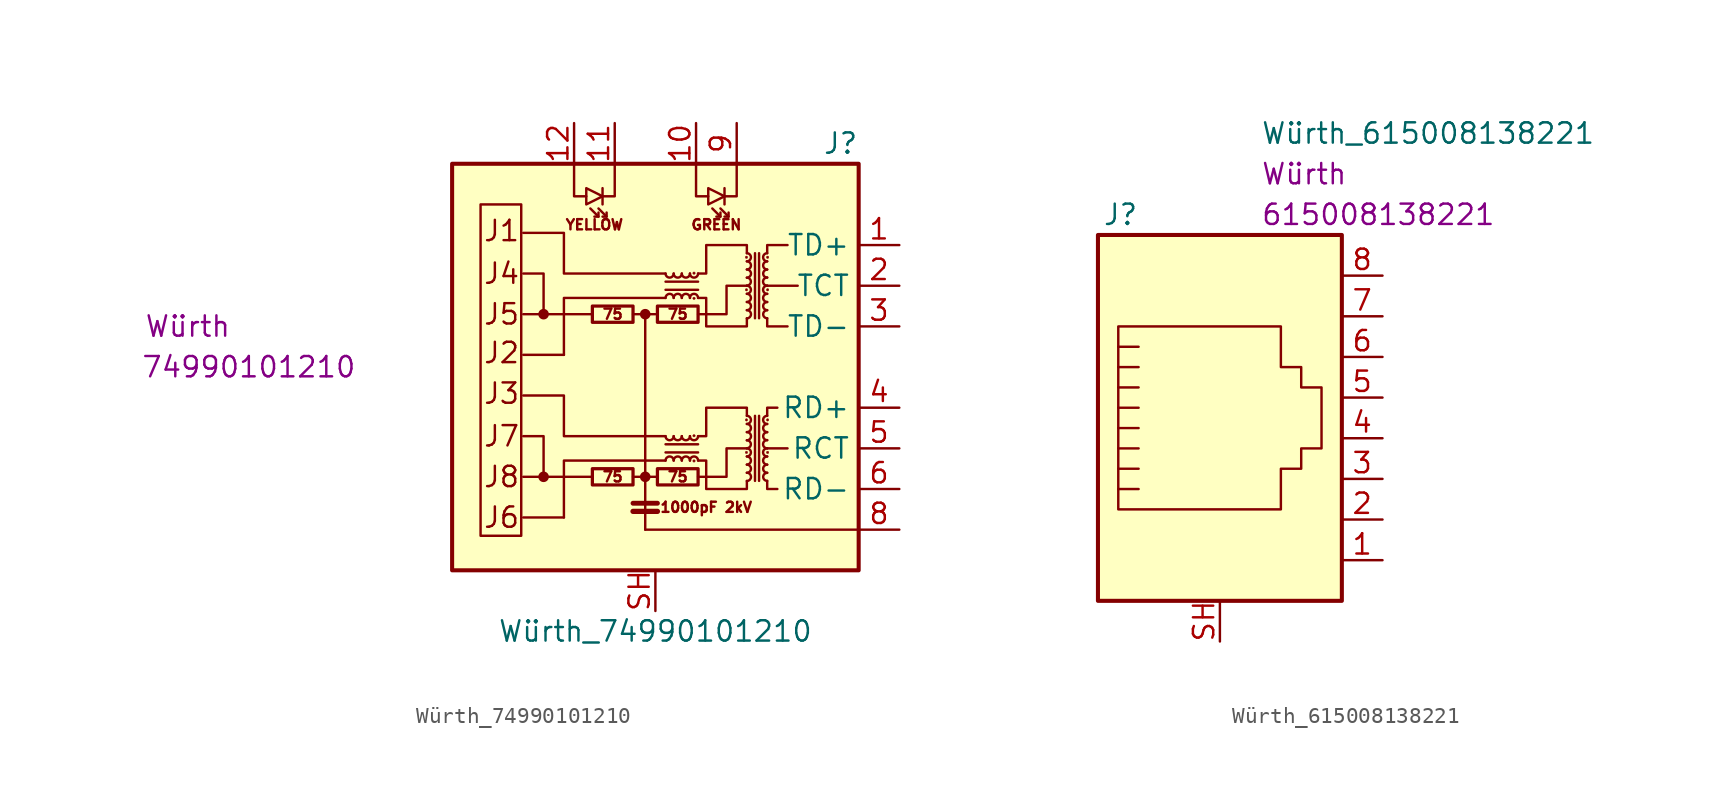
<source format=kicad_sym>
(kicad_symbol_lib
  (version 20210619)
  (generator kicad_symbol_editor)
  (symbol "Würth_74990101210"
    (property "Reference" "J"
      (at 12.7 13.97 0)
      (effects (font (size 1.27 1.27)) (justify right)))
    (property "Value" "Würth_74990101210"
      (at 0 -16.51 0)
      (effects (font (size 1.27 1.27))))
    (property "Manufacturer" "Würth"
      (at -29.21 2.54 0)
      (effects (font (size 1.27 1.27))))
    (property "Manufacturer Part Number" "74990101210"
      (at -25.4 0 0)
      (effects (font (size 1.27 1.27))))
    (symbol "Würth_74990101210_0_0"
      (text "1000pF 2kV" (at 3.175 -8.763 0) (effects (font (size 0.635 0.635))))
      (text "75" (at -2.667 -6.858 0) (effects (font (size 0.635 0.635))))
      (text "75" (at -2.667 3.302 0) (effects (font (size 0.635 0.635))))
      (text "75" (at 1.397 -6.858 0) (effects (font (size 0.635 0.635))))
      (text "75" (at 1.397 3.302 0) (effects (font (size 0.635 0.635))))
      (text "GREEN" (at 3.81 8.89 0) (effects (font (size 0.635 0.635))))
      (text "J1" (at -10.795 8.509 0) (effects (font (size 1.27 1.27)) (justify left)))
      (text "J2" (at -10.795 0.889 0) (effects (font (size 1.27 1.27)) (justify left)))
      (text "J3" (at -10.795 -1.651 0) (effects (font (size 1.27 1.27)) (justify left)))
      (text "J4" (at -10.795 5.842 0) (effects (font (size 1.27 1.27)) (justify left)))
      (text "J5" (at -10.795 3.302 0) (effects (font (size 1.27 1.27)) (justify left)))
      (text "J6" (at -10.795 -9.398 0) (effects (font (size 1.27 1.27)) (justify left)))
      (text "J7" (at -10.795 -4.318 0) (effects (font (size 1.27 1.27)) (justify left)))
      (text "J8" (at -10.795 -6.858 0) (effects (font (size 1.27 1.27)) (justify left)))
      (text "YELLOW" (at -3.81 8.89 0) (effects (font (size 0.635 0.635))))
      (rectangle (start -12.7 12.7) (end 12.7 -12.7) (stroke (width 0.254)) (fill (type background)))
      (polyline (pts (xy -3.937 -6.858) (xy -8.255 -6.858)) (stroke (width 0)) (fill (type none)))
      (polyline (pts (xy -3.937 3.302) (xy -8.255 3.302)) (stroke (width 0)) (fill (type none)))
      (polyline (pts (xy -0.635 -10.16) (xy 12.7 -10.16)) (stroke (width 0)) (fill (type none)))
      (polyline (pts (xy 8.255 -5.08) (xy 6.985 -5.08)) (stroke (width 0)) (fill (type none)))
      (polyline (pts (xy 8.89 5.08) (xy 6.985 5.08)) (stroke (width 0)) (fill (type none)))
      (polyline (pts (xy 0.635 -4.318) (xy -5.715 -4.318) (xy -5.715 -1.778) (xy -8.255 -1.778)) (stroke (width 0)) (fill (type none)))
      (polyline (pts (xy 0.635 5.842) (xy -5.715 5.842) (xy -5.715 8.382) (xy -8.255 8.382)) (stroke (width 0)) (fill (type none)))
      (polyline (pts (xy 2.667 -6.858) (xy 4.445 -6.858) (xy 4.445 -5.08) (xy 5.715 -5.08)) (stroke (width 0)) (fill (type none)))
      (polyline (pts (xy 2.667 3.302) (xy 4.445 3.302) (xy 4.445 5.08) (xy 5.715 5.08)) (stroke (width 0)) (fill (type none))))
    (symbol "Würth_74990101210_0_1"
      (arc (start 1.143 -5.842) (end 0.635 -5.842) (radius (at 0.889 -5.842) (length 0.254) (angles 0.1 179.9)) (stroke (width 0)) (fill (type none)))
      (arc (start 0.635 -4.318) (end 1.143 -4.318) (radius (at 0.889 -4.318) (length 0.254) (angles -179.9 -0.1)) (stroke (width 0)) (fill (type none)))
      (arc (start 1.143 4.318) (end 0.635 4.318) (radius (at 0.889 4.318) (length 0.254) (angles 0.1 179.9)) (stroke (width 0)) (fill (type none)))
      (arc (start 0.635 5.842) (end 1.143 5.842) (radius (at 0.889 5.842) (length 0.254) (angles -179.9 -0.1)) (stroke (width 0)) (fill (type none)))
      (arc (start 1.651 -5.842) (end 1.143 -5.842) (radius (at 1.397 -5.842) (length 0.254) (angles 0.1 179.9)) (stroke (width 0)) (fill (type none)))
      (arc (start 1.143 -4.318) (end 1.651 -4.318) (radius (at 1.397 -4.318) (length 0.254) (angles -179.9 -0.1)) (stroke (width 0)) (fill (type none)))
      (arc (start 1.651 4.318) (end 1.143 4.318) (radius (at 1.397 4.318) (length 0.254) (angles 0.1 179.9)) (stroke (width 0)) (fill (type none)))
      (arc (start 1.143 5.842) (end 1.651 5.842) (radius (at 1.397 5.842) (length 0.254) (angles -179.9 -0.1)) (stroke (width 0)) (fill (type none)))
      (arc (start 2.159 -5.842) (end 1.651 -5.842) (radius (at 1.905 -5.842) (length 0.254) (angles 0.1 179.9)) (stroke (width 0)) (fill (type none)))
      (arc (start 1.651 -4.318) (end 2.159 -4.318) (radius (at 1.905 -4.318) (length 0.254) (angles -179.9 -0.1)) (stroke (width 0)) (fill (type none)))
      (arc (start 2.159 4.318) (end 1.651 4.318) (radius (at 1.905 4.318) (length 0.254) (angles 0.1 179.9)) (stroke (width 0)) (fill (type none)))
      (arc (start 1.651 5.842) (end 2.159 5.842) (radius (at 1.905 5.842) (length 0.254) (angles -179.9 -0.1)) (stroke (width 0)) (fill (type none)))
      (arc (start 2.667 -5.842) (end 2.159 -5.842) (radius (at 2.413 -5.842) (length 0.254) (angles 0.1 179.9)) (stroke (width 0)) (fill (type none)))
      (arc (start 2.159 -4.318) (end 2.667 -4.318) (radius (at 2.413 -4.318) (length 0.254) (angles -179.9 -0.1)) (stroke (width 0)) (fill (type none)))
      (arc (start 2.667 4.318) (end 2.159 4.318) (radius (at 2.413 4.318) (length 0.254) (angles 0.1 179.9)) (stroke (width 0)) (fill (type none)))
      (arc (start 2.159 5.842) (end 2.667 5.842) (radius (at 2.413 5.842) (length 0.254) (angles -179.9 -0.1)) (stroke (width 0)) (fill (type none)))
      (arc (start 5.715 -7.112) (end 5.715 -6.604) (radius (at 5.715 -6.858) (length 0.254) (angles -89.9 89.9)) (stroke (width 0)) (fill (type none)))
      (arc (start 5.715 -6.604) (end 5.715 -6.096) (radius (at 5.715 -6.35) (length 0.254) (angles -89.9 89.9)) (stroke (width 0)) (fill (type none)))
      (arc (start 5.715 -6.096) (end 5.715 -5.588) (radius (at 5.715 -5.842) (length 0.254) (angles -89.9 89.9)) (stroke (width 0)) (fill (type none)))
      (arc (start 5.715 -5.588) (end 5.715 -5.08) (radius (at 5.715 -5.334) (length 0.254) (angles -89.9 89.9)) (stroke (width 0)) (fill (type none)))
      (arc (start 5.715 -5.08) (end 5.715 -4.572) (radius (at 5.715 -4.826) (length 0.254) (angles -89.9 89.9)) (stroke (width 0)) (fill (type none)))
      (arc (start 5.715 -4.572) (end 5.715 -4.064) (radius (at 5.715 -4.318) (length 0.254) (angles -89.9 89.9)) (stroke (width 0)) (fill (type none)))
      (arc (start 5.715 -4.064) (end 5.715 -3.556) (radius (at 5.715 -3.81) (length 0.254) (angles -89.9 89.9)) (stroke (width 0)) (fill (type none)))
      (arc (start 5.715 -3.556) (end 5.715 -3.048) (radius (at 5.715 -3.302) (length 0.254) (angles -89.9 89.9)) (stroke (width 0)) (fill (type none)))
      (arc (start 5.715 3.048) (end 5.715 3.556) (radius (at 5.715 3.302) (length 0.254) (angles -89.9 89.9)) (stroke (width 0)) (fill (type none)))
      (arc (start 5.715 3.556) (end 5.715 4.064) (radius (at 5.715 3.81) (length 0.254) (angles -89.9 89.9)) (stroke (width 0)) (fill (type none)))
      (arc (start 5.715 4.064) (end 5.715 4.572) (radius (at 5.715 4.318) (length 0.254) (angles -89.9 89.9)) (stroke (width 0)) (fill (type none)))
      (arc (start 5.715 4.572) (end 5.715 5.08) (radius (at 5.715 4.826) (length 0.254) (angles -89.9 89.9)) (stroke (width 0)) (fill (type none)))
      (arc (start 5.715 5.08) (end 5.715 5.588) (radius (at 5.715 5.334) (length 0.254) (angles -89.9 89.9)) (stroke (width 0)) (fill (type none)))
      (arc (start 5.715 5.588) (end 5.715 6.096) (radius (at 5.715 5.842) (length 0.254) (angles -89.9 89.9)) (stroke (width 0)) (fill (type none)))
      (arc (start 5.715 6.096) (end 5.715 6.604) (radius (at 5.715 6.35) (length 0.254) (angles -89.9 89.9)) (stroke (width 0)) (fill (type none)))
      (arc (start 5.715 6.604) (end 5.715 7.112) (radius (at 5.715 6.858) (length 0.254) (angles -89.9 89.9)) (stroke (width 0)) (fill (type none)))
      (arc (start 6.985 -6.604) (end 6.985 -7.112) (radius (at 6.985 -6.858) (length 0.254) (angles 90.1 -90.1)) (stroke (width 0)) (fill (type none)))
      (arc (start 6.985 -6.096) (end 6.985 -6.604) (radius (at 6.985 -6.35) (length 0.254) (angles 90.1 -90.1)) (stroke (width 0)) (fill (type none)))
      (arc (start 6.985 -5.588) (end 6.985 -6.096) (radius (at 6.985 -5.842) (length 0.254) (angles 90.1 -90.1)) (stroke (width 0)) (fill (type none)))
      (arc (start 6.985 -5.08) (end 6.985 -5.588) (radius (at 6.985 -5.334) (length 0.254) (angles 90.1 -90.1)) (stroke (width 0)) (fill (type none)))
      (arc (start 6.985 -4.572) (end 6.985 -5.08) (radius (at 6.985 -4.826) (length 0.254) (angles 90.1 -90.1)) (stroke (width 0)) (fill (type none)))
      (arc (start 6.985 -4.064) (end 6.985 -4.572) (radius (at 6.985 -4.318) (length 0.254) (angles 90.1 -90.1)) (stroke (width 0)) (fill (type none)))
      (arc (start 6.985 -3.556) (end 6.985 -4.064) (radius (at 6.985 -3.81) (length 0.254) (angles 90.1 -90.1)) (stroke (width 0)) (fill (type none)))
      (arc (start 6.985 -3.048) (end 6.985 -3.556) (radius (at 6.985 -3.302) (length 0.254) (angles 90.1 -90.1)) (stroke (width 0)) (fill (type none)))
      (arc (start 6.985 3.556) (end 6.985 3.048) (radius (at 6.985 3.302) (length 0.254) (angles 90.1 -90.1)) (stroke (width 0)) (fill (type none)))
      (arc (start 6.985 4.064) (end 6.985 3.556) (radius (at 6.985 3.81) (length 0.254) (angles 90.1 -90.1)) (stroke (width 0)) (fill (type none)))
      (arc (start 6.985 4.572) (end 6.985 4.064) (radius (at 6.985 4.318) (length 0.254) (angles 90.1 -90.1)) (stroke (width 0)) (fill (type none)))
      (arc (start 6.985 5.08) (end 6.985 4.572) (radius (at 6.985 4.826) (length 0.254) (angles 90.1 -90.1)) (stroke (width 0)) (fill (type none)))
      (arc (start 6.985 5.588) (end 6.985 5.08) (radius (at 6.985 5.334) (length 0.254) (angles 90.1 -90.1)) (stroke (width 0)) (fill (type none)))
      (arc (start 6.985 6.096) (end 6.985 5.588) (radius (at 6.985 5.842) (length 0.254) (angles 90.1 -90.1)) (stroke (width 0)) (fill (type none)))
      (arc (start 6.985 6.604) (end 6.985 6.096) (radius (at 6.985 6.35) (length 0.254) (angles 90.1 -90.1)) (stroke (width 0)) (fill (type none)))
      (arc (start 6.985 7.112) (end 6.985 6.604) (radius (at 6.985 6.858) (length 0.254) (angles 90.1 -90.1)) (stroke (width 0)) (fill (type none)))
      (circle (center -6.985 -6.858) (radius 0.254) (stroke (width 0)) (fill (type outline)))
      (circle (center -6.985 3.302) (radius 0.254) (stroke (width 0)) (fill (type outline)))
      (circle (center -0.635 -6.858) (radius 0.254) (stroke (width 0)) (fill (type outline)))
      (circle (center -0.635 3.302) (radius 0.254) (stroke (width 0)) (fill (type outline)))
      (circle (center 2.413 -5.867) (radius 0.076) (stroke (width 0.025)) (fill (type outline)))
      (circle (center 2.413 -4.293) (radius 0.076) (stroke (width 0.025)) (fill (type outline)))
      (circle (center 2.413 4.293) (radius 0.076) (stroke (width 0.025)) (fill (type outline)))
      (circle (center 2.413 5.867) (radius 0.076) (stroke (width 0.025)) (fill (type outline)))
      (circle (center 5.69 -5.334) (radius 0.076) (stroke (width 0.025)) (fill (type outline)))
      (circle (center 5.69 -3.302) (radius 0.076) (stroke (width 0.025)) (fill (type outline)))
      (circle (center 5.69 4.826) (radius 0.076) (stroke (width 0.025)) (fill (type outline)))
      (circle (center 5.69 6.858) (radius 0.076) (stroke (width 0.025)) (fill (type outline)))
      (circle (center 7.01 -5.334) (radius 0.076) (stroke (width 0.025)) (fill (type outline)))
      (circle (center 7.01 -3.302) (radius 0.076) (stroke (width 0.025)) (fill (type outline)))
      (circle (center 7.01 4.826) (radius 0.076) (stroke (width 0.025)) (fill (type outline)))
      (circle (center 7.01 6.858) (radius 0.076) (stroke (width 0.025)) (fill (type outline)))
      (rectangle (start -8.382 -10.541) (end -10.922 10.16) (stroke (width 0)) (fill (type none)))
      (rectangle (start -3.937 -7.366) (end -1.397 -6.35) (stroke (width 0.203)) (fill (type none)))
      (rectangle (start -3.937 2.794) (end -1.397 3.81) (stroke (width 0.203)) (fill (type none)))
      (rectangle (start 0.127 -7.366) (end 2.667 -6.35) (stroke (width 0.203)) (fill (type none)))
      (rectangle (start 0.127 2.794) (end 2.667 3.81) (stroke (width 0.203)) (fill (type none)))
      (polyline (pts (xy -5.715 -9.398) (xy -8.255 -9.398)) (stroke (width 0)) (fill (type none)))
      (polyline (pts (xy -5.715 0.762) (xy -8.255 0.762)) (stroke (width 0)) (fill (type none)))
      (polyline (pts (xy -3.556 9.398) (xy -4.064 9.906)) (stroke (width 0)) (fill (type none)))
      (polyline (pts (xy -3.302 11.176) (xy -3.302 10.16)) (stroke (width 0)) (fill (type none)))
      (polyline (pts (xy -3.048 9.398) (xy -3.556 9.906)) (stroke (width 0)) (fill (type none)))
      (polyline (pts (xy -1.397 -9.017) (xy 0.127 -9.017)) (stroke (width 0.33)) (fill (type none)))
      (polyline (pts (xy -1.397 -8.509) (xy 0.127 -8.509)) (stroke (width 0.305)) (fill (type none)))
      (polyline (pts (xy -0.635 3.302) (xy -1.397 3.302)) (stroke (width 0)) (fill (type none)))
      (polyline (pts (xy 0.127 -6.858) (xy -1.397 -6.858)) (stroke (width 0)) (fill (type none)))
      (polyline (pts (xy 0.635 -5.334) (xy 2.667 -5.334)) (stroke (width 0)) (fill (type none)))
      (polyline (pts (xy 0.635 4.826) (xy 2.667 4.826)) (stroke (width 0)) (fill (type none)))
      (polyline (pts (xy 2.667 -4.826) (xy 0.635 -4.826)) (stroke (width 0)) (fill (type none)))
      (polyline (pts (xy 2.667 5.334) (xy 0.635 5.334)) (stroke (width 0)) (fill (type none)))
      (polyline (pts (xy 4.064 9.398) (xy 3.556 9.906)) (stroke (width 0)) (fill (type none)))
      (polyline (pts (xy 4.318 11.176) (xy 4.318 10.16)) (stroke (width 0)) (fill (type none)))
      (polyline (pts (xy 4.572 9.398) (xy 4.064 9.906)) (stroke (width 0)) (fill (type none)))
      (polyline (pts (xy 6.223 -3.048) (xy 6.223 -7.112)) (stroke (width 0)) (fill (type none)))
      (polyline (pts (xy 6.223 7.112) (xy 6.223 3.048)) (stroke (width 0)) (fill (type none)))
      (polyline (pts (xy 6.477 -7.112) (xy 6.477 -3.048)) (stroke (width 0)) (fill (type none)))
      (polyline (pts (xy 6.477 3.048) (xy 6.477 7.112)) (stroke (width 0)) (fill (type none)))
      (polyline (pts (xy -6.985 -6.858) (xy -6.985 -4.318) (xy -8.255 -4.318)) (stroke (width 0)) (fill (type none)))
      (polyline (pts (xy -6.985 3.302) (xy -6.985 5.842) (xy -8.255 5.842)) (stroke (width 0)) (fill (type none)))
      (polyline (pts (xy -5.08 12.7) (xy -5.08 10.668) (xy -4.318 10.668)) (stroke (width 0)) (fill (type none)))
      (polyline (pts (xy -3.556 9.652) (xy -3.556 9.398) (xy -3.81 9.398)) (stroke (width 0)) (fill (type none)))
      (polyline (pts (xy -3.048 9.652) (xy -3.048 9.398) (xy -3.302 9.398)) (stroke (width 0)) (fill (type none)))
      (polyline (pts (xy -2.54 12.7) (xy -2.54 10.668) (xy -3.302 10.668)) (stroke (width 0)) (fill (type none)))
      (polyline (pts (xy -0.635 -10.16) (xy -0.635 3.302) (xy 0 3.302)) (stroke (width 0)) (fill (type none)))
      (polyline (pts (xy 0.635 -5.842) (xy -5.715 -5.842) (xy -5.715 -9.398)) (stroke (width 0)) (fill (type none)))
      (polyline (pts (xy 0.635 4.318) (xy -5.715 4.318) (xy -5.715 0.762)) (stroke (width 0)) (fill (type none)))
      (polyline (pts (xy 2.54 12.7) (xy 2.54 10.668) (xy 3.302 10.668)) (stroke (width 0)) (fill (type none)))
      (polyline (pts (xy 4.064 9.652) (xy 4.064 9.398) (xy 3.81 9.398)) (stroke (width 0)) (fill (type none)))
      (polyline (pts (xy 4.572 9.652) (xy 4.572 9.398) (xy 4.318 9.398)) (stroke (width 0)) (fill (type none)))
      (polyline (pts (xy 5.08 12.7) (xy 5.08 10.668) (xy 4.318 10.668)) (stroke (width 0)) (fill (type none)))
      (polyline (pts (xy 6.985 -7.112) (xy 6.985 -7.62) (xy 7.62 -7.62)) (stroke (width 0)) (fill (type none)))
      (polyline (pts (xy 6.985 -3.048) (xy 6.985 -2.54) (xy 7.62 -2.54)) (stroke (width 0)) (fill (type none)))
      (polyline (pts (xy 6.985 3.048) (xy 6.985 2.54) (xy 8.255 2.54)) (stroke (width 0)) (fill (type none)))
      (polyline (pts (xy 6.985 7.112) (xy 6.985 7.62) (xy 8.255 7.62)) (stroke (width 0)) (fill (type none)))
      (polyline (pts (xy -3.302 10.668) (xy -4.318 11.176) (xy -4.318 10.16) (xy -3.302 10.668)) (stroke (width 0)) (fill (type none)))
      (polyline (pts (xy 4.318 10.668) (xy 3.302 11.176) (xy 3.302 10.16) (xy 4.318 10.668)) (stroke (width 0)) (fill (type none)))
      (polyline (pts (xy 2.667 -4.318) (xy 3.175 -4.318) (xy 3.175 -2.54) (xy 5.715 -2.54) (xy 5.715 -3.048)) (stroke (width 0)) (fill (type none)))
      (polyline (pts (xy 2.667 5.842) (xy 3.175 5.842) (xy 3.175 7.62) (xy 5.715 7.62) (xy 5.715 7.112)) (stroke (width 0)) (fill (type none)))
      (polyline (pts (xy 5.715 -7.112) (xy 5.715 -7.62) (xy 3.175 -7.62) (xy 3.175 -5.842) (xy 2.667 -5.842)) (stroke (width 0)) (fill (type none)))
      (polyline (pts (xy 5.715 3.048) (xy 5.715 2.54) (xy 3.175 2.54) (xy 3.175 4.318) (xy 2.667 4.318)) (stroke (width 0)) (fill (type none))))
    (symbol "Würth_74990101210_1_1"
      (pin passive line (at 15.24 7.62 180) (length 2.54) (name "TD+" (effects (font (size 1.27 1.27)))) (number "1" (effects (font (size 1.27 1.27)))))
      (pin passive line (at 2.54 15.24 270) (length 2.54) (name "~" (effects (font (size 1.27 1.27)))) (number "10" (effects (font (size 1.27 1.27)))))
      (pin passive line (at -2.54 15.24 270) (length 2.54) (name "~" (effects (font (size 1.27 1.27)))) (number "11" (effects (font (size 1.27 1.27)))))
      (pin passive line (at -5.08 15.24 270) (length 2.54) (name "~" (effects (font (size 1.27 1.27)))) (number "12" (effects (font (size 1.27 1.27)))))
      (pin passive line (at 15.24 5.08 180) (length 2.54) (name "TCT" (effects (font (size 1.27 1.27)))) (number "2" (effects (font (size 1.27 1.27)))))
      (pin passive line (at 15.24 2.54 180) (length 2.54) (name "TD-" (effects (font (size 1.27 1.27)))) (number "3" (effects (font (size 1.27 1.27)))))
      (pin passive line (at 15.24 -2.54 180) (length 2.54) (name "RD+" (effects (font (size 1.27 1.27)))) (number "4" (effects (font (size 1.27 1.27)))))
      (pin passive line (at 15.24 -5.08 180) (length 2.54) (name "RCT" (effects (font (size 1.27 1.27)))) (number "5" (effects (font (size 1.27 1.27)))))
      (pin passive line (at 15.24 -7.62 180) (length 2.54) (name "RD-" (effects (font (size 1.27 1.27)))) (number "6" (effects (font (size 1.27 1.27)))))
      (pin passive line (at 15.24 -10.16 180) (length 2.54) (name "~" (effects (font (size 1.27 1.27)))) (number "8" (effects (font (size 1.27 1.27)))))
      (pin passive line (at 5.08 15.24 270) (length 2.54) (name "~" (effects (font (size 1.27 1.27)))) (number "9" (effects (font (size 1.27 1.27)))))
      (pin passive line (at 0 -15.24 90) (length 2.54) (name "~" (effects (font (size 1.27 1.27)))) (number "SH" (effects (font (size 1.27 1.27)))))))
  (symbol "Würth_615008138221"
    (pin_names
      (offset 1.016))
    (property "Reference" "J"
      (at -5.08 13.97 0)
      (effects (font (size 1.27 1.27)) (justify right)))
    (property "Value" "Würth_615008138221"
      (at 2.54 19.05 0)
      (effects (font (size 1.27 1.27)) (justify left)))
    (property "Manufacturer" "Würth"
      (at 2.54 16.51 0)
      (effects (font (size 1.27 1.27)) (justify left)))
    (property "Manufacturer Part Number" "615008138221"
      (at 2.54 13.97 0)
      (effects (font (size 1.27 1.27)) (justify left)))
    (symbol "Würth_615008138221_0_1"
      (rectangle (start 7.62 12.7) (end -7.62 -10.16) (stroke (width 0.254)) (fill (type background)))
      (polyline (pts (xy -5.08 4.445) (xy -6.35 4.445)) (stroke (width 0)) (fill (type none)))
      (polyline (pts (xy -5.08 5.715) (xy -6.35 5.715)) (stroke (width 0)) (fill (type none)))
      (polyline (pts (xy -6.35 -3.175) (xy -5.08 -3.175) (xy -5.08 -3.175)) (stroke (width 0)) (fill (type none)))
      (polyline (pts (xy -6.35 -1.905) (xy -5.08 -1.905) (xy -5.08 -1.905)) (stroke (width 0)) (fill (type none)))
      (polyline (pts (xy -6.35 -0.635) (xy -5.08 -0.635) (xy -5.08 -0.635)) (stroke (width 0)) (fill (type none)))
      (polyline (pts (xy -6.35 0.635) (xy -5.08 0.635) (xy -5.08 0.635)) (stroke (width 0)) (fill (type none)))
      (polyline (pts (xy -6.35 1.905) (xy -5.08 1.905) (xy -5.08 1.905)) (stroke (width 0)) (fill (type none)))
      (polyline (pts (xy -5.08 3.175) (xy -6.35 3.175) (xy -6.35 3.175)) (stroke (width 0)) (fill (type none)))
      (polyline (pts (xy -6.35 -4.445) (xy -6.35 6.985) (xy 3.81 6.985) (xy 3.81 4.445) (xy 5.08 4.445) (xy 5.08 3.175) (xy 6.35 3.175) (xy 6.35 -0.635) (xy 5.08 -0.635) (xy 5.08 -1.905) (xy 3.81 -1.905) (xy 3.81 -4.445) (xy -6.35 -4.445) (xy -6.35 -4.445)) (stroke (width 0)) (fill (type none))))
    (symbol "Würth_615008138221_1_1"
      (pin passive line (at 10.16 -7.62 180) (length 2.54) (name "~" (effects (font (size 1.27 1.27)))) (number "1" (effects (font (size 1.27 1.27)))))
      (pin passive line (at 10.16 -5.08 180) (length 2.54) (name "~" (effects (font (size 1.27 1.27)))) (number "2" (effects (font (size 1.27 1.27)))))
      (pin passive line (at 10.16 -2.54 180) (length 2.54) (name "~" (effects (font (size 1.27 1.27)))) (number "3" (effects (font (size 1.27 1.27)))))
      (pin passive line (at 10.16 0 180) (length 2.54) (name "~" (effects (font (size 1.27 1.27)))) (number "4" (effects (font (size 1.27 1.27)))))
      (pin passive line (at 10.16 2.54 180) (length 2.54) (name "~" (effects (font (size 1.27 1.27)))) (number "5" (effects (font (size 1.27 1.27)))))
      (pin passive line (at 10.16 5.08 180) (length 2.54) (name "~" (effects (font (size 1.27 1.27)))) (number "6" (effects (font (size 1.27 1.27)))))
      (pin passive line (at 10.16 7.62 180) (length 2.54) (name "~" (effects (font (size 1.27 1.27)))) (number "7" (effects (font (size 1.27 1.27)))))
      (pin passive line (at 10.16 10.16 180) (length 2.54) (name "~" (effects (font (size 1.27 1.27)))) (number "8" (effects (font (size 1.27 1.27)))))
      (pin passive line (at 0 -12.7 90) (length 2.54) (name "~" (effects (font (size 1.27 1.27)))) (number "SH" (effects (font (size 1.27 1.27))))))))
</source>
